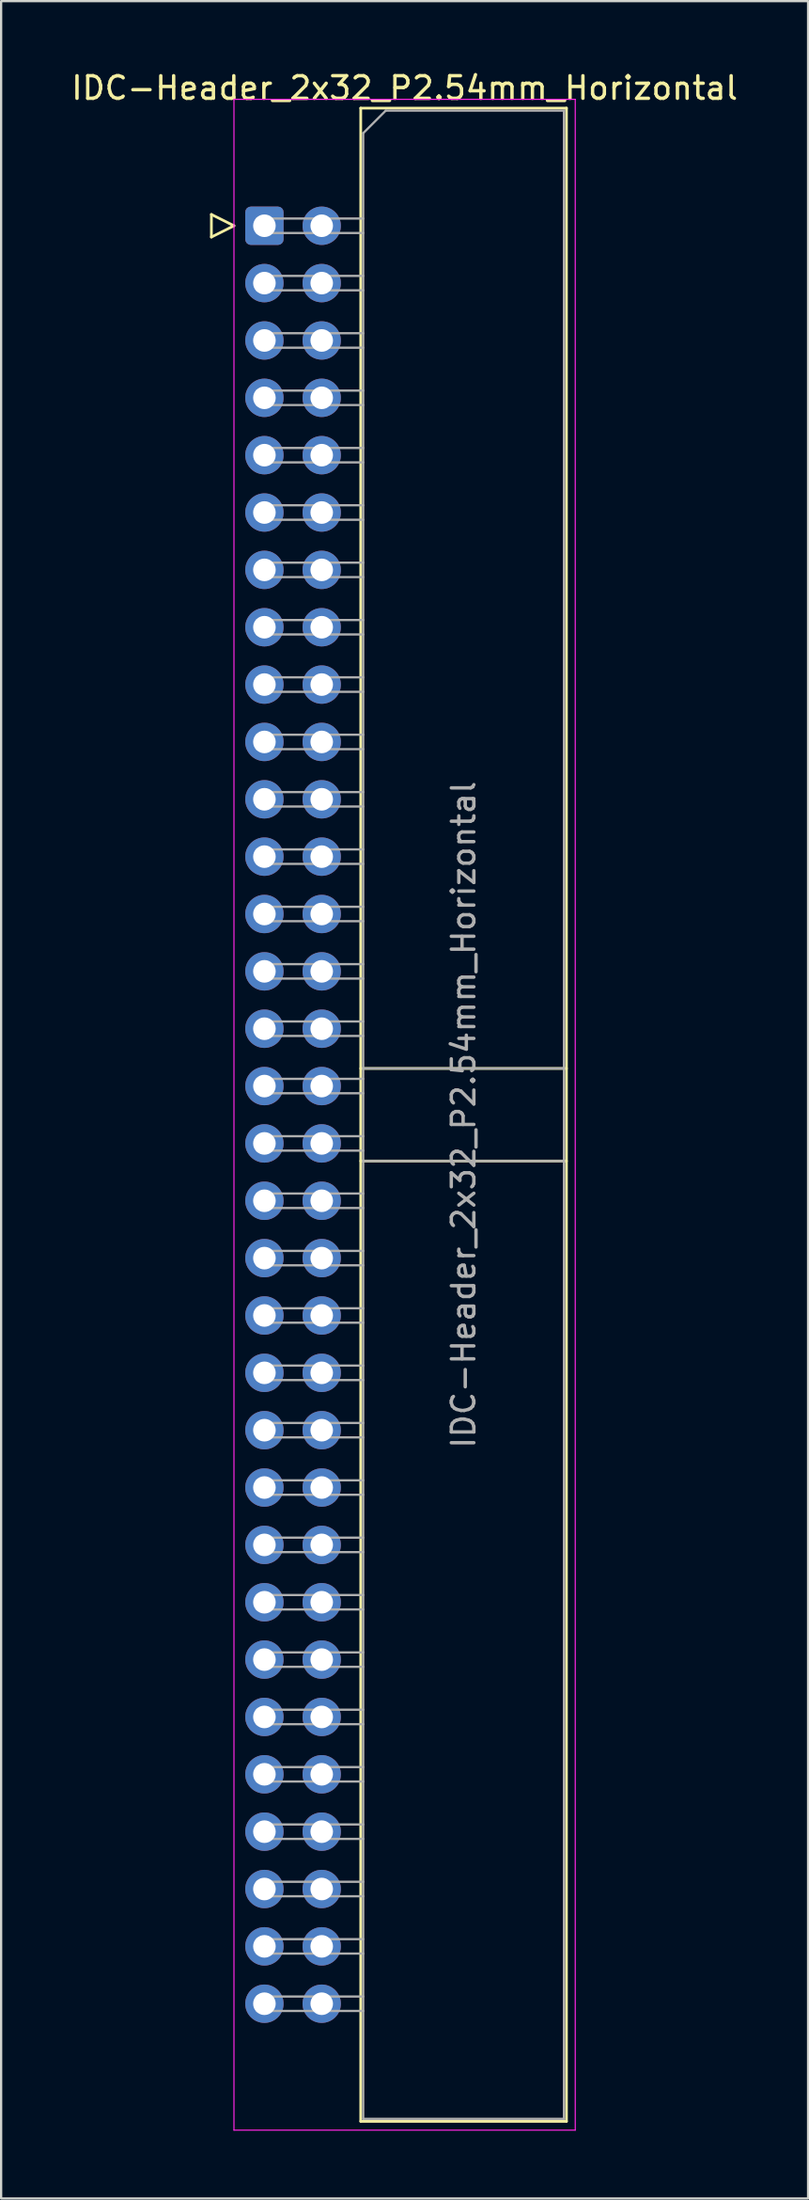
<source format=kicad_pcb>
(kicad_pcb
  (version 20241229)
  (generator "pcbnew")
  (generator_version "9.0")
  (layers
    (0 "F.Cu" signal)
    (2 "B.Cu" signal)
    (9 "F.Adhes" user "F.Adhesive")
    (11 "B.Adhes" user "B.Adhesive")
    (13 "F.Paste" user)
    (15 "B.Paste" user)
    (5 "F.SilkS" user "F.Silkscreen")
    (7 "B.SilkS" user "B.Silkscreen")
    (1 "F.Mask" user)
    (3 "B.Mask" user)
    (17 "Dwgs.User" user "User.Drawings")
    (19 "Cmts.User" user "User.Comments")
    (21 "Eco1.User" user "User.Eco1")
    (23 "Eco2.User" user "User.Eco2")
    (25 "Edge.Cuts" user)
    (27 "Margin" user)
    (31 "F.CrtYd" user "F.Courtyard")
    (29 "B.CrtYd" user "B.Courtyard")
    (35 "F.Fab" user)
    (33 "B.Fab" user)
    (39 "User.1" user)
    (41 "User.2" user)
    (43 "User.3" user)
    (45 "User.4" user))
  (footprint "IDC-Header_2x32_P2.54mm_Horizontal"
    (layer "F.Cu")
    (at 8.672 6.948)
    (property "Reference" "IDC-Header_2x32_P2.54mm_Horizontal" (at 6.215 -6.1 0) (layer "F.SilkS") (effects (font (size 1 1) (thickness 0.15))))
    (attr through_hole)
    (fp_line (start -2.35 -0.5) (end -2.35 0.5) (stroke (width 0.12) (type solid)) (layer "F.SilkS"))
    (fp_line (start -2.35 0.5) (end -1.35 0) (stroke (width 0.12) (type solid)) (layer "F.SilkS"))
    (fp_line (start -1.35 0) (end -2.35 -0.5) (stroke (width 0.12) (type solid)) (layer "F.SilkS"))
    (fp_line (start 4.27 -5.21) (end 13.39 -5.21) (stroke (width 0.12) (type solid)) (layer "F.SilkS"))
    (fp_line (start 4.27 37.32) (end 13.39 37.32) (stroke (width 0.12) (type solid)) (layer "F.SilkS"))
    (fp_line (start 4.27 41.42) (end 13.39 41.42) (stroke (width 0.12) (type solid)) (layer "F.SilkS"))
    (fp_line (start 4.27 83.95) (end 4.27 -5.21) (stroke (width 0.12) (type solid)) (layer "F.SilkS"))
    (fp_line (start 13.39 -5.21) (end 13.39 83.95) (stroke (width 0.12) (type solid)) (layer "F.SilkS"))
    (fp_line (start 13.39 83.95) (end 4.27 83.95) (stroke (width 0.12) (type solid)) (layer "F.SilkS"))
    (fp_line (start -1.35 -5.6) (end -1.35 84.34) (stroke (width 0.05) (type solid)) (layer "F.CrtYd"))
    (fp_line (start -1.35 84.34) (end 13.78 84.34) (stroke (width 0.05) (type solid)) (layer "F.CrtYd"))
    (fp_line (start 13.78 -5.6) (end -1.35 -5.6) (stroke (width 0.05) (type solid)) (layer "F.CrtYd"))
    (fp_line (start 13.78 84.34) (end 13.78 -5.6) (stroke (width 0.05) (type solid)) (layer "F.CrtYd"))
    (fp_line (start -0.32 -0.32) (end -0.32 0.32) (stroke (width 0.1) (type solid)) (layer "F.Fab"))
    (fp_line (start -0.32 0.32) (end 4.38 0.32) (stroke (width 0.1) (type solid)) (layer "F.Fab"))
    (fp_line (start -0.32 2.22) (end -0.32 2.86) (stroke (width 0.1) (type solid)) (layer "F.Fab"))
    (fp_line (start -0.32 2.86) (end 4.38 2.86) (stroke (width 0.1) (type solid)) (layer "F.Fab"))
    (fp_line (start -0.32 4.76) (end -0.32 5.4) (stroke (width 0.1) (type solid)) (layer "F.Fab"))
    (fp_line (start -0.32 5.4) (end 4.38 5.4) (stroke (width 0.1) (type solid)) (layer "F.Fab"))
    (fp_line (start -0.32 7.3) (end -0.32 7.94) (stroke (width 0.1) (type solid)) (layer "F.Fab"))
    (fp_line (start -0.32 7.94) (end 4.38 7.94) (stroke (width 0.1) (type solid)) (layer "F.Fab"))
    (fp_line (start -0.32 9.84) (end -0.32 10.48) (stroke (width 0.1) (type solid)) (layer "F.Fab"))
    (fp_line (start -0.32 10.48) (end 4.38 10.48) (stroke (width 0.1) (type solid)) (layer "F.Fab"))
    (fp_line (start -0.32 12.38) (end -0.32 13.02) (stroke (width 0.1) (type solid)) (layer "F.Fab"))
    (fp_line (start -0.32 13.02) (end 4.38 13.02) (stroke (width 0.1) (type solid)) (layer "F.Fab"))
    (fp_line (start -0.32 14.92) (end -0.32 15.56) (stroke (width 0.1) (type solid)) (layer "F.Fab"))
    (fp_line (start -0.32 15.56) (end 4.38 15.56) (stroke (width 0.1) (type solid)) (layer "F.Fab"))
    (fp_line (start -0.32 17.46) (end -0.32 18.1) (stroke (width 0.1) (type solid)) (layer "F.Fab"))
    (fp_line (start -0.32 18.1) (end 4.38 18.1) (stroke (width 0.1) (type solid)) (layer "F.Fab"))
    (fp_line (start -0.32 20) (end -0.32 20.64) (stroke (width 0.1) (type solid)) (layer "F.Fab"))
    (fp_line (start -0.32 20.64) (end 4.38 20.64) (stroke (width 0.1) (type solid)) (layer "F.Fab"))
    (fp_line (start -0.32 22.54) (end -0.32 23.18) (stroke (width 0.1) (type solid)) (layer "F.Fab"))
    (fp_line (start -0.32 23.18) (end 4.38 23.18) (stroke (width 0.1) (type solid)) (layer "F.Fab"))
    (fp_line (start -0.32 25.08) (end -0.32 25.72) (stroke (width 0.1) (type solid)) (layer "F.Fab"))
    (fp_line (start -0.32 25.72) (end 4.38 25.72) (stroke (width 0.1) (type solid)) (layer "F.Fab"))
    (fp_line (start -0.32 27.62) (end -0.32 28.26) (stroke (width 0.1) (type solid)) (layer "F.Fab"))
    (fp_line (start -0.32 28.26) (end 4.38 28.26) (stroke (width 0.1) (type solid)) (layer "F.Fab"))
    (fp_line (start -0.32 30.16) (end -0.32 30.8) (stroke (width 0.1) (type solid)) (layer "F.Fab"))
    (fp_line (start -0.32 30.8) (end 4.38 30.8) (stroke (width 0.1) (type solid)) (layer "F.Fab"))
    (fp_line (start -0.32 32.7) (end -0.32 33.34) (stroke (width 0.1) (type solid)) (layer "F.Fab"))
    (fp_line (start -0.32 33.34) (end 4.38 33.34) (stroke (width 0.1) (type solid)) (layer "F.Fab"))
    (fp_line (start -0.32 35.24) (end -0.32 35.88) (stroke (width 0.1) (type solid)) (layer "F.Fab"))
    (fp_line (start -0.32 35.88) (end 4.38 35.88) (stroke (width 0.1) (type solid)) (layer "F.Fab"))
    (fp_line (start -0.32 37.78) (end -0.32 38.42) (stroke (width 0.1) (type solid)) (layer "F.Fab"))
    (fp_line (start -0.32 38.42) (end 4.38 38.42) (stroke (width 0.1) (type solid)) (layer "F.Fab"))
    (fp_line (start -0.32 40.32) (end -0.32 40.96) (stroke (width 0.1) (type solid)) (layer "F.Fab"))
    (fp_line (start -0.32 40.96) (end 4.38 40.96) (stroke (width 0.1) (type solid)) (layer "F.Fab"))
    (fp_line (start -0.32 42.86) (end -0.32 43.5) (stroke (width 0.1) (type solid)) (layer "F.Fab"))
    (fp_line (start -0.32 43.5) (end 4.38 43.5) (stroke (width 0.1) (type solid)) (layer "F.Fab"))
    (fp_line (start -0.32 45.4) (end -0.32 46.04) (stroke (width 0.1) (type solid)) (layer "F.Fab"))
    (fp_line (start -0.32 46.04) (end 4.38 46.04) (stroke (width 0.1) (type solid)) (layer "F.Fab"))
    (fp_line (start -0.32 47.94) (end -0.32 48.58) (stroke (width 0.1) (type solid)) (layer "F.Fab"))
    (fp_line (start -0.32 48.58) (end 4.38 48.58) (stroke (width 0.1) (type solid)) (layer "F.Fab"))
    (fp_line (start -0.32 50.48) (end -0.32 51.12) (stroke (width 0.1) (type solid)) (layer "F.Fab"))
    (fp_line (start -0.32 51.12) (end 4.38 51.12) (stroke (width 0.1) (type solid)) (layer "F.Fab"))
    (fp_line (start -0.32 53.02) (end -0.32 53.66) (stroke (width 0.1) (type solid)) (layer "F.Fab"))
    (fp_line (start -0.32 53.66) (end 4.38 53.66) (stroke (width 0.1) (type solid)) (layer "F.Fab"))
    (fp_line (start -0.32 55.56) (end -0.32 56.2) (stroke (width 0.1) (type solid)) (layer "F.Fab"))
    (fp_line (start -0.32 56.2) (end 4.38 56.2) (stroke (width 0.1) (type solid)) (layer "F.Fab"))
    (fp_line (start -0.32 58.1) (end -0.32 58.74) (stroke (width 0.1) (type solid)) (layer "F.Fab"))
    (fp_line (start -0.32 58.74) (end 4.38 58.74) (stroke (width 0.1) (type solid)) (layer "F.Fab"))
    (fp_line (start -0.32 60.64) (end -0.32 61.28) (stroke (width 0.1) (type solid)) (layer "F.Fab"))
    (fp_line (start -0.32 61.28) (end 4.38 61.28) (stroke (width 0.1) (type solid)) (layer "F.Fab"))
    (fp_line (start -0.32 63.18) (end -0.32 63.82) (stroke (width 0.1) (type solid)) (layer "F.Fab"))
    (fp_line (start -0.32 63.82) (end 4.38 63.82) (stroke (width 0.1) (type solid)) (layer "F.Fab"))
    (fp_line (start -0.32 65.72) (end -0.32 66.36) (stroke (width 0.1) (type solid)) (layer "F.Fab"))
    (fp_line (start -0.32 66.36) (end 4.38 66.36) (stroke (width 0.1) (type solid)) (layer "F.Fab"))
    (fp_line (start -0.32 68.26) (end -0.32 68.9) (stroke (width 0.1) (type solid)) (layer "F.Fab"))
    (fp_line (start -0.32 68.9) (end 4.38 68.9) (stroke (width 0.1) (type solid)) (layer "F.Fab"))
    (fp_line (start -0.32 70.8) (end -0.32 71.44) (stroke (width 0.1) (type solid)) (layer "F.Fab"))
    (fp_line (start -0.32 71.44) (end 4.38 71.44) (stroke (width 0.1) (type solid)) (layer "F.Fab"))
    (fp_line (start -0.32 73.34) (end -0.32 73.98) (stroke (width 0.1) (type solid)) (layer "F.Fab"))
    (fp_line (start -0.32 73.98) (end 4.38 73.98) (stroke (width 0.1) (type solid)) (layer "F.Fab"))
    (fp_line (start -0.32 75.88) (end -0.32 76.52) (stroke (width 0.1) (type solid)) (layer "F.Fab"))
    (fp_line (start -0.32 76.52) (end 4.38 76.52) (stroke (width 0.1) (type solid)) (layer "F.Fab"))
    (fp_line (start -0.32 78.42) (end -0.32 79.06) (stroke (width 0.1) (type solid)) (layer "F.Fab"))
    (fp_line (start -0.32 79.06) (end 4.38 79.06) (stroke (width 0.1) (type solid)) (layer "F.Fab"))
    (fp_line (start 4.38 -4.1) (end 5.38 -5.1) (stroke (width 0.1) (type solid)) (layer "F.Fab"))
    (fp_line (start 4.38 -0.32) (end -0.32 -0.32) (stroke (width 0.1) (type solid)) (layer "F.Fab"))
    (fp_line (start 4.38 2.22) (end -0.32 2.22) (stroke (width 0.1) (type solid)) (layer "F.Fab"))
    (fp_line (start 4.38 4.76) (end -0.32 4.76) (stroke (width 0.1) (type solid)) (layer "F.Fab"))
    (fp_line (start 4.38 7.3) (end -0.32 7.3) (stroke (width 0.1) (type solid)) (layer "F.Fab"))
    (fp_line (start 4.38 9.84) (end -0.32 9.84) (stroke (width 0.1) (type solid)) (layer "F.Fab"))
    (fp_line (start 4.38 12.38) (end -0.32 12.38) (stroke (width 0.1) (type solid)) (layer "F.Fab"))
    (fp_line (start 4.38 14.92) (end -0.32 14.92) (stroke (width 0.1) (type solid)) (layer "F.Fab"))
    (fp_line (start 4.38 17.46) (end -0.32 17.46) (stroke (width 0.1) (type solid)) (layer "F.Fab"))
    (fp_line (start 4.38 20) (end -0.32 20) (stroke (width 0.1) (type solid)) (layer "F.Fab"))
    (fp_line (start 4.38 22.54) (end -0.32 22.54) (stroke (width 0.1) (type solid)) (layer "F.Fab"))
    (fp_line (start 4.38 25.08) (end -0.32 25.08) (stroke (width 0.1) (type solid)) (layer "F.Fab"))
    (fp_line (start 4.38 27.62) (end -0.32 27.62) (stroke (width 0.1) (type solid)) (layer "F.Fab"))
    (fp_line (start 4.38 30.16) (end -0.32 30.16) (stroke (width 0.1) (type solid)) (layer "F.Fab"))
    (fp_line (start 4.38 32.7) (end -0.32 32.7) (stroke (width 0.1) (type solid)) (layer "F.Fab"))
    (fp_line (start 4.38 35.24) (end -0.32 35.24) (stroke (width 0.1) (type solid)) (layer "F.Fab"))
    (fp_line (start 4.38 37.32) (end 13.28 37.32) (stroke (width 0.1) (type solid)) (layer "F.Fab"))
    (fp_line (start 4.38 37.78) (end -0.32 37.78) (stroke (width 0.1) (type solid)) (layer "F.Fab"))
    (fp_line (start 4.38 40.32) (end -0.32 40.32) (stroke (width 0.1) (type solid)) (layer "F.Fab"))
    (fp_line (start 4.38 41.42) (end 13.28 41.42) (stroke (width 0.1) (type solid)) (layer "F.Fab"))
    (fp_line (start 4.38 42.86) (end -0.32 42.86) (stroke (width 0.1) (type solid)) (layer "F.Fab"))
    (fp_line (start 4.38 45.4) (end -0.32 45.4) (stroke (width 0.1) (type solid)) (layer "F.Fab"))
    (fp_line (start 4.38 47.94) (end -0.32 47.94) (stroke (width 0.1) (type solid)) (layer "F.Fab"))
    (fp_line (start 4.38 50.48) (end -0.32 50.48) (stroke (width 0.1) (type solid)) (layer "F.Fab"))
    (fp_line (start 4.38 53.02) (end -0.32 53.02) (stroke (width 0.1) (type solid)) (layer "F.Fab"))
    (fp_line (start 4.38 55.56) (end -0.32 55.56) (stroke (width 0.1) (type solid)) (layer "F.Fab"))
    (fp_line (start 4.38 58.1) (end -0.32 58.1) (stroke (width 0.1) (type solid)) (layer "F.Fab"))
    (fp_line (start 4.38 60.64) (end -0.32 60.64) (stroke (width 0.1) (type solid)) (layer "F.Fab"))
    (fp_line (start 4.38 63.18) (end -0.32 63.18) (stroke (width 0.1) (type solid)) (layer "F.Fab"))
    (fp_line (start 4.38 65.72) (end -0.32 65.72) (stroke (width 0.1) (type solid)) (layer "F.Fab"))
    (fp_line (start 4.38 68.26) (end -0.32 68.26) (stroke (width 0.1) (type solid)) (layer "F.Fab"))
    (fp_line (start 4.38 70.8) (end -0.32 70.8) (stroke (width 0.1) (type solid)) (layer "F.Fab"))
    (fp_line (start 4.38 73.34) (end -0.32 73.34) (stroke (width 0.1) (type solid)) (layer "F.Fab"))
    (fp_line (start 4.38 75.88) (end -0.32 75.88) (stroke (width 0.1) (type solid)) (layer "F.Fab"))
    (fp_line (start 4.38 78.42) (end -0.32 78.42) (stroke (width 0.1) (type solid)) (layer "F.Fab"))
    (fp_line (start 4.38 83.84) (end 4.38 -4.1) (stroke (width 0.1) (type solid)) (layer "F.Fab"))
    (fp_line (start 5.38 -5.1) (end 13.28 -5.1) (stroke (width 0.1) (type solid)) (layer "F.Fab"))
    (fp_line (start 13.28 -5.1) (end 13.28 83.84) (stroke (width 0.1) (type solid)) (layer "F.Fab"))
    (fp_line (start 13.28 83.84) (end 4.38 83.84) (stroke (width 0.1) (type solid)) (layer "F.Fab"))
    (fp_text user "${REFERENCE}" (at 8.83 39.37 90) (layer "F.Fab") (effects (font (size 1 1) (thickness 0.15))))
    (pad "1" thru_hole roundrect (at 0 0) (size 1.7 1.7) (drill 1) (layers "*.Cu" "*.Mask") (roundrect_rratio 0.147))
    (pad "2" thru_hole circle (at 2.54 0) (size 1.7 1.7) (drill 1) (layers "*.Cu" "*.Mask"))
    (pad "3" thru_hole circle (at 0 2.54) (size 1.7 1.7) (drill 1) (layers "*.Cu" "*.Mask"))
    (pad "4" thru_hole circle (at 2.54 2.54) (size 1.7 1.7) (drill 1) (layers "*.Cu" "*.Mask"))
    (pad "5" thru_hole circle (at 0 5.08) (size 1.7 1.7) (drill 1) (layers "*.Cu" "*.Mask"))
    (pad "6" thru_hole circle (at 2.54 5.08) (size 1.7 1.7) (drill 1) (layers "*.Cu" "*.Mask"))
    (pad "7" thru_hole circle (at 0 7.62) (size 1.7 1.7) (drill 1) (layers "*.Cu" "*.Mask"))
    (pad "8" thru_hole circle (at 2.54 7.62) (size 1.7 1.7) (drill 1) (layers "*.Cu" "*.Mask"))
    (pad "9" thru_hole circle (at 0 10.16) (size 1.7 1.7) (drill 1) (layers "*.Cu" "*.Mask"))
    (pad "10" thru_hole circle (at 2.54 10.16) (size 1.7 1.7) (drill 1) (layers "*.Cu" "*.Mask"))
    (pad "11" thru_hole circle (at 0 12.7) (size 1.7 1.7) (drill 1) (layers "*.Cu" "*.Mask"))
    (pad "12" thru_hole circle (at 2.54 12.7) (size 1.7 1.7) (drill 1) (layers "*.Cu" "*.Mask"))
    (pad "13" thru_hole circle (at 0 15.24) (size 1.7 1.7) (drill 1) (layers "*.Cu" "*.Mask"))
    (pad "14" thru_hole circle (at 2.54 15.24) (size 1.7 1.7) (drill 1) (layers "*.Cu" "*.Mask"))
    (pad "15" thru_hole circle (at 0 17.78) (size 1.7 1.7) (drill 1) (layers "*.Cu" "*.Mask"))
    (pad "16" thru_hole circle (at 2.54 17.78) (size 1.7 1.7) (drill 1) (layers "*.Cu" "*.Mask"))
    (pad "17" thru_hole circle (at 0 20.32) (size 1.7 1.7) (drill 1) (layers "*.Cu" "*.Mask"))
    (pad "18" thru_hole circle (at 2.54 20.32) (size 1.7 1.7) (drill 1) (layers "*.Cu" "*.Mask"))
    (pad "19" thru_hole circle (at 0 22.86) (size 1.7 1.7) (drill 1) (layers "*.Cu" "*.Mask"))
    (pad "20" thru_hole circle (at 2.54 22.86) (size 1.7 1.7) (drill 1) (layers "*.Cu" "*.Mask"))
    (pad "21" thru_hole circle (at 0 25.4) (size 1.7 1.7) (drill 1) (layers "*.Cu" "*.Mask"))
    (pad "22" thru_hole circle (at 2.54 25.4) (size 1.7 1.7) (drill 1) (layers "*.Cu" "*.Mask"))
    (pad "23" thru_hole circle (at 0 27.94) (size 1.7 1.7) (drill 1) (layers "*.Cu" "*.Mask"))
    (pad "24" thru_hole circle (at 2.54 27.94) (size 1.7 1.7) (drill 1) (layers "*.Cu" "*.Mask"))
    (pad "25" thru_hole circle (at 0 30.48) (size 1.7 1.7) (drill 1) (layers "*.Cu" "*.Mask"))
    (pad "26" thru_hole circle (at 2.54 30.48) (size 1.7 1.7) (drill 1) (layers "*.Cu" "*.Mask"))
    (pad "27" thru_hole circle (at 0 33.02) (size 1.7 1.7) (drill 1) (layers "*.Cu" "*.Mask"))
    (pad "28" thru_hole circle (at 2.54 33.02) (size 1.7 1.7) (drill 1) (layers "*.Cu" "*.Mask"))
    (pad "29" thru_hole circle (at 0 35.56) (size 1.7 1.7) (drill 1) (layers "*.Cu" "*.Mask"))
    (pad "30" thru_hole circle (at 2.54 35.56) (size 1.7 1.7) (drill 1) (layers "*.Cu" "*.Mask"))
    (pad "31" thru_hole circle (at 0 38.1) (size 1.7 1.7) (drill 1) (layers "*.Cu" "*.Mask"))
    (pad "32" thru_hole circle (at 2.54 38.1) (size 1.7 1.7) (drill 1) (layers "*.Cu" "*.Mask"))
    (pad "33" thru_hole circle (at 0 40.64) (size 1.7 1.7) (drill 1) (layers "*.Cu" "*.Mask"))
    (pad "34" thru_hole circle (at 2.54 40.64) (size 1.7 1.7) (drill 1) (layers "*.Cu" "*.Mask"))
    (pad "35" thru_hole circle (at 0 43.18) (size 1.7 1.7) (drill 1) (layers "*.Cu" "*.Mask"))
    (pad "36" thru_hole circle (at 2.54 43.18) (size 1.7 1.7) (drill 1) (layers "*.Cu" "*.Mask"))
    (pad "37" thru_hole circle (at 0 45.72) (size 1.7 1.7) (drill 1) (layers "*.Cu" "*.Mask"))
    (pad "38" thru_hole circle (at 2.54 45.72) (size 1.7 1.7) (drill 1) (layers "*.Cu" "*.Mask"))
    (pad "39" thru_hole circle (at 0 48.26) (size 1.7 1.7) (drill 1) (layers "*.Cu" "*.Mask"))
    (pad "40" thru_hole circle (at 2.54 48.26) (size 1.7 1.7) (drill 1) (layers "*.Cu" "*.Mask"))
    (pad "41" thru_hole circle (at 0 50.8) (size 1.7 1.7) (drill 1) (layers "*.Cu" "*.Mask"))
    (pad "42" thru_hole circle (at 2.54 50.8) (size 1.7 1.7) (drill 1) (layers "*.Cu" "*.Mask"))
    (pad "43" thru_hole circle (at 0 53.34) (size 1.7 1.7) (drill 1) (layers "*.Cu" "*.Mask"))
    (pad "44" thru_hole circle (at 2.54 53.34) (size 1.7 1.7) (drill 1) (layers "*.Cu" "*.Mask"))
    (pad "45" thru_hole circle (at 0 55.88) (size 1.7 1.7) (drill 1) (layers "*.Cu" "*.Mask"))
    (pad "46" thru_hole circle (at 2.54 55.88) (size 1.7 1.7) (drill 1) (layers "*.Cu" "*.Mask"))
    (pad "47" thru_hole circle (at 0 58.42) (size 1.7 1.7) (drill 1) (layers "*.Cu" "*.Mask"))
    (pad "48" thru_hole circle (at 2.54 58.42) (size 1.7 1.7) (drill 1) (layers "*.Cu" "*.Mask"))
    (pad "49" thru_hole circle (at 0 60.96) (size 1.7 1.7) (drill 1) (layers "*.Cu" "*.Mask"))
    (pad "50" thru_hole circle (at 2.54 60.96) (size 1.7 1.7) (drill 1) (layers "*.Cu" "*.Mask"))
    (pad "51" thru_hole circle (at 0 63.5) (size 1.7 1.7) (drill 1) (layers "*.Cu" "*.Mask"))
    (pad "52" thru_hole circle (at 2.54 63.5) (size 1.7 1.7) (drill 1) (layers "*.Cu" "*.Mask"))
    (pad "53" thru_hole circle (at 0 66.04) (size 1.7 1.7) (drill 1) (layers "*.Cu" "*.Mask"))
    (pad "54" thru_hole circle (at 2.54 66.04) (size 1.7 1.7) (drill 1) (layers "*.Cu" "*.Mask"))
    (pad "55" thru_hole circle (at 0 68.58) (size 1.7 1.7) (drill 1) (layers "*.Cu" "*.Mask"))
    (pad "56" thru_hole circle (at 2.54 68.58) (size 1.7 1.7) (drill 1) (layers "*.Cu" "*.Mask"))
    (pad "57" thru_hole circle (at 0 71.12) (size 1.7 1.7) (drill 1) (layers "*.Cu" "*.Mask"))
    (pad "58" thru_hole circle (at 2.54 71.12) (size 1.7 1.7) (drill 1) (layers "*.Cu" "*.Mask"))
    (pad "59" thru_hole circle (at 0 73.66) (size 1.7 1.7) (drill 1) (layers "*.Cu" "*.Mask"))
    (pad "60" thru_hole circle (at 2.54 73.66) (size 1.7 1.7) (drill 1) (layers "*.Cu" "*.Mask"))
    (pad "61" thru_hole circle (at 0 76.2) (size 1.7 1.7) (drill 1) (layers "*.Cu" "*.Mask"))
    (pad "62" thru_hole circle (at 2.54 76.2) (size 1.7 1.7) (drill 1) (layers "*.Cu" "*.Mask"))
    (pad "63" thru_hole circle (at 0 78.74) (size 1.7 1.7) (drill 1) (layers "*.Cu" "*.Mask"))
    (pad "64" thru_hole circle (at 2.54 78.74) (size 1.7 1.7) (drill 1) (layers "*.Cu" "*.Mask")))
  (gr_rect
    (start -3 -3)
    (end 32.774 94.313)
    (stroke (width 0.1) (type default))
    (fill no)
    (layer "Edge.Cuts")))
</source>
